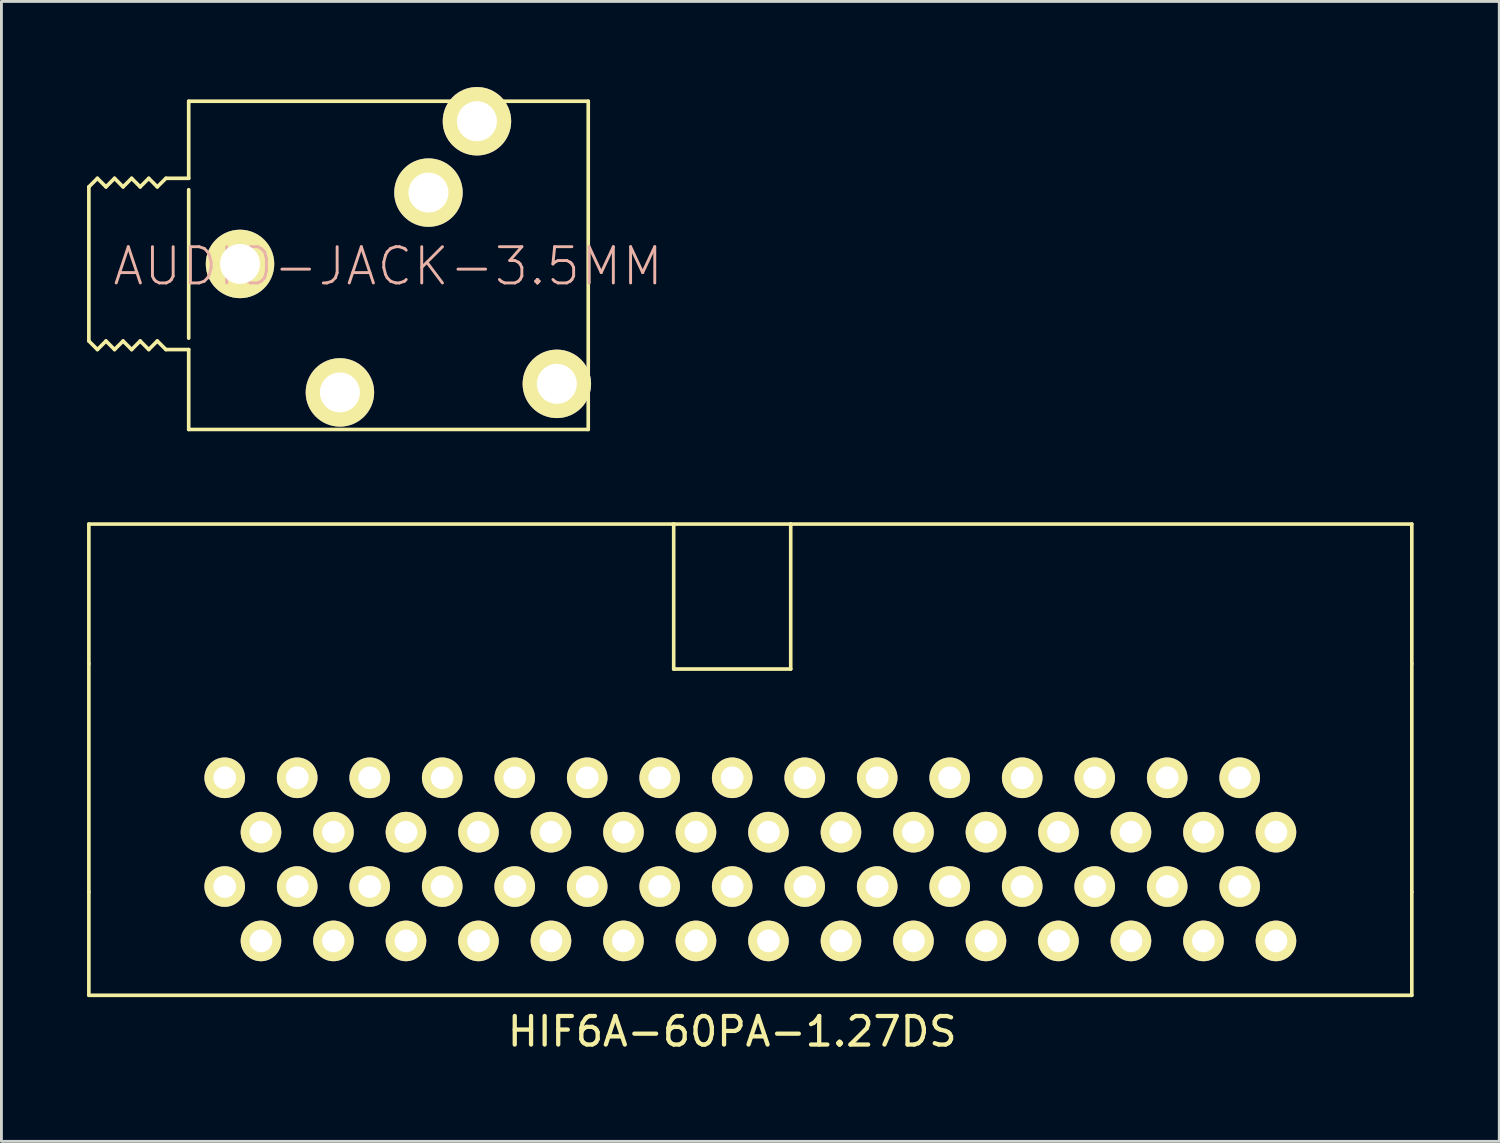
<source format=kicad_pcb>
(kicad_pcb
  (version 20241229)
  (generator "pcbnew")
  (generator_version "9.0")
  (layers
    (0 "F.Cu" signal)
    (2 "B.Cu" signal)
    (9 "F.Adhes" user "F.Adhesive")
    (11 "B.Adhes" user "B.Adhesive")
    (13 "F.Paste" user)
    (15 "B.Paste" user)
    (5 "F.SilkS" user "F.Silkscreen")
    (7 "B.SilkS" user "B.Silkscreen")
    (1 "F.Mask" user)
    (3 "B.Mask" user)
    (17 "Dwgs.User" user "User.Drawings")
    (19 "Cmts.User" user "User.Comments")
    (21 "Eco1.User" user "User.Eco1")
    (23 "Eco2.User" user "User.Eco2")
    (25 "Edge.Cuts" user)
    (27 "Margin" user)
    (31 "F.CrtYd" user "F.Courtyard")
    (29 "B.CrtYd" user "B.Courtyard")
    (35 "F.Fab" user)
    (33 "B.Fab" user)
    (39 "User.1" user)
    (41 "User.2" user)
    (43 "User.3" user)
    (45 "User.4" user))
  (footprint "AUDIO-JACK-3.5MM"
    (layer "F.Cu")
    (at 3.561 11.996)
    (property "Reference" "AUDIO-JACK-3.5MM" (at 6.985 -5.715 0) (layer "B.SilkS") (effects (font (size 1.27 1.27) (thickness 0.102))))
    (attr exclude_from_pos_files exclude_from_bom)
    (fp_line (start -3.498 -8.499) (end -3.498 -3.099) (stroke (width 0.127) (type solid)) (layer "F.SilkS"))
    (fp_line (start -3.498 -8.499) (end -3.198 -8.799) (stroke (width 0.127) (type solid)) (layer "F.SilkS"))
    (fp_line (start -3.498 -3.099) (end -3.198 -2.799) (stroke (width 0.127) (type solid)) (layer "F.SilkS"))
    (fp_line (start -3.198 -8.799) (end -2.898 -8.499) (stroke (width 0.127) (type solid)) (layer "F.SilkS"))
    (fp_line (start -3.198 -2.799) (end -2.898 -3.099) (stroke (width 0.127) (type solid)) (layer "F.SilkS"))
    (fp_line (start -2.898 -8.499) (end -2.598 -8.799) (stroke (width 0.127) (type solid)) (layer "F.SilkS"))
    (fp_line (start -2.898 -3.099) (end -2.598 -2.799) (stroke (width 0.127) (type solid)) (layer "F.SilkS"))
    (fp_line (start -2.598 -8.799) (end -2.299 -8.499) (stroke (width 0.127) (type solid)) (layer "F.SilkS"))
    (fp_line (start -2.598 -2.799) (end -2.299 -3.099) (stroke (width 0.127) (type solid)) (layer "F.SilkS"))
    (fp_line (start -2.299 -8.499) (end -1.999 -8.799) (stroke (width 0.127) (type solid)) (layer "F.SilkS"))
    (fp_line (start -2.299 -3.099) (end -1.999 -2.799) (stroke (width 0.127) (type solid)) (layer "F.SilkS"))
    (fp_line (start -1.999 -8.799) (end -1.699 -8.499) (stroke (width 0.127) (type solid)) (layer "F.SilkS"))
    (fp_line (start -1.999 -2.799) (end -1.699 -3.099) (stroke (width 0.127) (type solid)) (layer "F.SilkS"))
    (fp_line (start -1.699 -8.499) (end -1.4 -8.799) (stroke (width 0.127) (type solid)) (layer "F.SilkS"))
    (fp_line (start -1.699 -3.099) (end -1.4 -2.799) (stroke (width 0.127) (type solid)) (layer "F.SilkS"))
    (fp_line (start -1.4 -8.799) (end -1.1 -8.499) (stroke (width 0.127) (type solid)) (layer "F.SilkS"))
    (fp_line (start -1.4 -2.799) (end -1.1 -3.099) (stroke (width 0.127) (type solid)) (layer "F.SilkS"))
    (fp_line (start -1.1 -8.499) (end -0.798 -8.799) (stroke (width 0.127) (type solid)) (layer "F.SilkS"))
    (fp_line (start -1.1 -3.099) (end -0.798 -2.799) (stroke (width 0.127) (type solid)) (layer "F.SilkS"))
    (fp_line (start -0.798 -2.799) (end 0 -2.799) (stroke (width 0.127) (type solid)) (layer "F.SilkS"))
    (fp_line (start 0 -11.499) (end 0 -8.799) (stroke (width 0.127) (type solid)) (layer "F.SilkS"))
    (fp_line (start 0 -8.799) (end -0.798 -8.799) (stroke (width 0.127) (type solid)) (layer "F.SilkS"))
    (fp_line (start 0 -3.198) (end 0 -8.4) (stroke (width 0.127) (type solid)) (layer "F.SilkS"))
    (fp_line (start 0 -2.799) (end 0 0) (stroke (width 0.127) (type solid)) (layer "F.SilkS"))
    (fp_line (start 0 0) (end 13.998 0) (stroke (width 0.127) (type solid)) (layer "F.SilkS"))
    (fp_line (start 13.998 -11.499) (end 0 -11.499) (stroke (width 0.127) (type solid)) (layer "F.SilkS"))
    (fp_line (start 13.998 0) (end 13.998 -11.499) (stroke (width 0.127) (type solid)) (layer "F.SilkS"))
    (pad "1" thru_hole circle (at 1.798 -5.799) (size 2.398 2.398) (drill 1.4) (layers "*.Cu" "F.Mask" "F.SilkS" "F.Paste"))
    (pad "2" thru_hole circle (at 5.298 -1.298) (size 2.398 2.398) (drill 1.4) (layers "*.Cu" "F.Mask" "F.SilkS" "F.Paste"))
    (pad "3" thru_hole circle (at 10.099 -10.798) (size 2.398 2.398) (drill 1.4) (layers "*.Cu" "F.Mask" "F.SilkS" "F.Paste"))
    (pad "4" thru_hole circle (at 12.898 -1.598) (size 2.398 2.398) (drill 1.4) (layers "*.Cu" "F.Mask" "F.SilkS" "F.Paste"))
    (pad "5" thru_hole circle (at 8.4 -8.298) (size 2.398 2.398) (drill 1.4) (layers "*.Cu" "F.Mask" "F.SilkS" "F.Paste")))
  (footprint "HIF6A-60PA-1.27DS"
    (layer "F.Cu")
    (at 22.603 26.74)
    (property "Reference" "HIF6A-60PA-1.27DS" (at 0 6.35 0) (layer "F.SilkS") (effects (font (size 1 1) (thickness 0.15))))
    (attr exclude_from_pos_files exclude_from_bom)
    (fp_line (start -22.54 -11.43) (end -22.54 -6.538) (stroke (width 0.127) (type solid)) (layer "F.SilkS"))
    (fp_line (start -22.54 -6.538) (end -22.54 1.458) (stroke (width 0.127) (type solid)) (layer "F.SilkS"))
    (fp_line (start -22.54 1.458) (end -22.54 5.08) (stroke (width 0.127) (type solid)) (layer "F.SilkS"))
    (fp_line (start -22.54 5.08) (end 23.81 5.08) (stroke (width 0.127) (type solid)) (layer "F.SilkS"))
    (fp_line (start -2.05 -11.43) (end -22.54 -11.43) (stroke (width 0.127) (type solid)) (layer "F.SilkS"))
    (fp_line (start -2.05 -11.43) (end -2.05 -6.35) (stroke (width 0.127) (type solid)) (layer "F.SilkS"))
    (fp_line (start -2.05 -6.35) (end 2.05 -6.35) (stroke (width 0.127) (type solid)) (layer "F.SilkS"))
    (fp_line (start 2.05 -11.43) (end -2.05 -11.43) (stroke (width 0.127) (type solid)) (layer "F.SilkS"))
    (fp_line (start 2.05 -6.35) (end 2.05 -11.43) (stroke (width 0.127) (type solid)) (layer "F.SilkS"))
    (fp_line (start 23.81 -11.43) (end 2.05 -11.43) (stroke (width 0.127) (type solid)) (layer "F.SilkS"))
    (fp_line (start 23.81 -6.538) (end 23.81 -11.43) (stroke (width 0.127) (type solid)) (layer "F.SilkS"))
    (fp_line (start 23.81 1.458) (end 23.81 -6.538) (stroke (width 0.127) (type solid)) (layer "F.SilkS"))
    (fp_line (start 23.81 5.08) (end 23.81 1.458) (stroke (width 0.127) (type solid)) (layer "F.SilkS"))
    (pad "1" thru_hole circle (at 19.05 3.175) (size 1.422 1.422) (drill 0.798) (layers "*.Cu" "F.Mask" "F.SilkS" "F.Paste"))
    (pad "2" thru_hole circle (at 17.78 1.27) (size 1.422 1.422) (drill 0.798) (layers "*.Cu" "F.Mask" "F.SilkS" "F.Paste"))
    (pad "3" thru_hole circle (at 16.51 3.175) (size 1.422 1.422) (drill 0.798) (layers "*.Cu" "F.Mask" "F.SilkS" "F.Paste"))
    (pad "4" thru_hole circle (at 15.24 1.27) (size 1.422 1.422) (drill 0.798) (layers "*.Cu" "F.Mask" "F.SilkS" "F.Paste"))
    (pad "5" thru_hole circle (at 13.97 3.175) (size 1.422 1.422) (drill 0.798) (layers "*.Cu" "F.Mask" "F.SilkS" "F.Paste"))
    (pad "6" thru_hole circle (at 12.7 1.27) (size 1.422 1.422) (drill 0.798) (layers "*.Cu" "F.Mask" "F.SilkS" "F.Paste"))
    (pad "7" thru_hole circle (at 11.43 3.175) (size 1.422 1.422) (drill 0.798) (layers "*.Cu" "F.Mask" "F.SilkS" "F.Paste"))
    (pad "8" thru_hole circle (at 10.16 1.27) (size 1.422 1.422) (drill 0.798) (layers "*.Cu" "F.Mask" "F.SilkS" "F.Paste"))
    (pad "9" thru_hole circle (at 8.89 3.175) (size 1.422 1.422) (drill 0.798) (layers "*.Cu" "F.Mask" "F.SilkS" "F.Paste"))
    (pad "10" thru_hole circle (at 7.62 1.27) (size 1.422 1.422) (drill 0.798) (layers "*.Cu" "F.Mask" "F.SilkS" "F.Paste"))
    (pad "11" thru_hole circle (at 6.35 3.175) (size 1.422 1.422) (drill 0.798) (layers "*.Cu" "F.Mask" "F.SilkS" "F.Paste"))
    (pad "12" thru_hole circle (at 5.08 1.27) (size 1.422 1.422) (drill 0.798) (layers "*.Cu" "F.Mask" "F.SilkS" "F.Paste"))
    (pad "13" thru_hole circle (at 3.81 3.175) (size 1.422 1.422) (drill 0.798) (layers "*.Cu" "F.Mask" "F.SilkS" "F.Paste"))
    (pad "14" thru_hole circle (at 2.54 1.27) (size 1.422 1.422) (drill 0.798) (layers "*.Cu" "F.Mask" "F.SilkS" "F.Paste"))
    (pad "15" thru_hole circle (at 1.27 3.175) (size 1.422 1.422) (drill 0.798) (layers "*.Cu" "F.Mask" "F.SilkS" "F.Paste"))
    (pad "16" thru_hole circle (at 0 1.27) (size 1.422 1.422) (drill 0.798) (layers "*.Cu" "F.Mask" "F.SilkS" "F.Paste"))
    (pad "17" thru_hole circle (at -1.27 3.175) (size 1.422 1.422) (drill 0.798) (layers "*.Cu" "F.Mask" "F.SilkS" "F.Paste"))
    (pad "18" thru_hole circle (at -2.54 1.27) (size 1.422 1.422) (drill 0.798) (layers "*.Cu" "F.Mask" "F.SilkS" "F.Paste"))
    (pad "19" thru_hole circle (at -3.81 3.175) (size 1.422 1.422) (drill 0.798) (layers "*.Cu" "F.Mask" "F.SilkS" "F.Paste"))
    (pad "20" thru_hole circle (at -5.08 1.27) (size 1.422 1.422) (drill 0.798) (layers "*.Cu" "F.Mask" "F.SilkS" "F.Paste"))
    (pad "21" thru_hole circle (at -6.35 3.175) (size 1.422 1.422) (drill 0.798) (layers "*.Cu" "F.Mask" "F.SilkS" "F.Paste"))
    (pad "22" thru_hole circle (at -7.62 1.27) (size 1.422 1.422) (drill 0.798) (layers "*.Cu" "F.Mask" "F.SilkS" "F.Paste"))
    (pad "23" thru_hole circle (at -8.89 3.175) (size 1.422 1.422) (drill 0.798) (layers "*.Cu" "F.Mask" "F.SilkS" "F.Paste"))
    (pad "24" thru_hole circle (at -10.16 1.27) (size 1.422 1.422) (drill 0.798) (layers "*.Cu" "F.Mask" "F.SilkS" "F.Paste"))
    (pad "25" thru_hole circle (at -11.43 3.175) (size 1.422 1.422) (drill 0.798) (layers "*.Cu" "F.Mask" "F.SilkS" "F.Paste"))
    (pad "26" thru_hole circle (at -12.7 1.27) (size 1.422 1.422) (drill 0.798) (layers "*.Cu" "F.Mask" "F.SilkS" "F.Paste"))
    (pad "27" thru_hole circle (at -13.97 3.175) (size 1.422 1.422) (drill 0.798) (layers "*.Cu" "F.Mask" "F.SilkS" "F.Paste"))
    (pad "28" thru_hole circle (at -15.24 1.27) (size 1.422 1.422) (drill 0.798) (layers "*.Cu" "F.Mask" "F.SilkS" "F.Paste"))
    (pad "29" thru_hole circle (at -16.51 3.175) (size 1.422 1.422) (drill 0.798) (layers "*.Cu" "F.Mask" "F.SilkS" "F.Paste"))
    (pad "30" thru_hole circle (at -17.78 1.27) (size 1.422 1.422) (drill 0.798) (layers "*.Cu" "F.Mask" "F.SilkS" "F.Paste"))
    (pad "31" thru_hole circle (at 19.05 -0.635) (size 1.422 1.422) (drill 0.798) (layers "*.Cu" "F.Mask" "F.SilkS" "F.Paste"))
    (pad "32" thru_hole circle (at 17.78 -2.54) (size 1.422 1.422) (drill 0.798) (layers "*.Cu" "F.Mask" "F.SilkS" "F.Paste"))
    (pad "33" thru_hole circle (at 16.51 -0.635) (size 1.422 1.422) (drill 0.798) (layers "*.Cu" "F.Mask" "F.SilkS" "F.Paste"))
    (pad "34" thru_hole circle (at 15.24 -2.54) (size 1.422 1.422) (drill 0.798) (layers "*.Cu" "F.Mask" "F.SilkS" "F.Paste"))
    (pad "35" thru_hole circle (at 13.97 -0.635) (size 1.422 1.422) (drill 0.798) (layers "*.Cu" "F.Mask" "F.SilkS" "F.Paste"))
    (pad "36" thru_hole circle (at 12.7 -2.54) (size 1.422 1.422) (drill 0.798) (layers "*.Cu" "F.Mask" "F.SilkS" "F.Paste"))
    (pad "37" thru_hole circle (at 11.43 -0.635) (size 1.422 1.422) (drill 0.798) (layers "*.Cu" "F.Mask" "F.SilkS" "F.Paste"))
    (pad "38" thru_hole circle (at 10.16 -2.54) (size 1.422 1.422) (drill 0.798) (layers "*.Cu" "F.Mask" "F.SilkS" "F.Paste"))
    (pad "39" thru_hole circle (at 8.89 -0.635) (size 1.422 1.422) (drill 0.798) (layers "*.Cu" "F.Mask" "F.SilkS" "F.Paste"))
    (pad "40" thru_hole circle (at 7.62 -2.54) (size 1.422 1.422) (drill 0.798) (layers "*.Cu" "F.Mask" "F.SilkS" "F.Paste"))
    (pad "41" thru_hole circle (at 6.35 -0.635) (size 1.422 1.422) (drill 0.798) (layers "*.Cu" "F.Mask" "F.SilkS" "F.Paste"))
    (pad "42" thru_hole circle (at 5.08 -2.54) (size 1.422 1.422) (drill 0.798) (layers "*.Cu" "F.Mask" "F.SilkS" "F.Paste"))
    (pad "43" thru_hole circle (at 3.81 -0.635) (size 1.422 1.422) (drill 0.798) (layers "*.Cu" "F.Mask" "F.SilkS" "F.Paste"))
    (pad "44" thru_hole circle (at 2.54 -2.54) (size 1.422 1.422) (drill 0.798) (layers "*.Cu" "F.Mask" "F.SilkS" "F.Paste"))
    (pad "45" thru_hole circle (at 1.27 -0.635) (size 1.422 1.422) (drill 0.798) (layers "*.Cu" "F.Mask" "F.SilkS" "F.Paste"))
    (pad "46" thru_hole circle (at 0 -2.54) (size 1.422 1.422) (drill 0.798) (layers "*.Cu" "F.Mask" "F.SilkS" "F.Paste"))
    (pad "47" thru_hole circle (at -1.27 -0.635) (size 1.422 1.422) (drill 0.798) (layers "*.Cu" "F.Mask" "F.SilkS" "F.Paste"))
    (pad "48" thru_hole circle (at -2.54 -2.54) (size 1.422 1.422) (drill 0.798) (layers "*.Cu" "F.Mask" "F.SilkS" "F.Paste"))
    (pad "49" thru_hole circle (at -3.81 -0.635) (size 1.422 1.422) (drill 0.798) (layers "*.Cu" "F.Mask" "F.SilkS" "F.Paste"))
    (pad "50" thru_hole circle (at -5.08 -2.54) (size 1.422 1.422) (drill 0.798) (layers "*.Cu" "F.Mask" "F.SilkS" "F.Paste"))
    (pad "51" thru_hole circle (at -6.35 -0.635) (size 1.422 1.422) (drill 0.798) (layers "*.Cu" "F.Mask" "F.SilkS" "F.Paste"))
    (pad "52" thru_hole circle (at -7.62 -2.54) (size 1.422 1.422) (drill 0.798) (layers "*.Cu" "F.Mask" "F.SilkS" "F.Paste"))
    (pad "53" thru_hole circle (at -8.89 -0.635) (size 1.422 1.422) (drill 0.798) (layers "*.Cu" "F.Mask" "F.SilkS" "F.Paste"))
    (pad "54" thru_hole circle (at -10.16 -2.54) (size 1.422 1.422) (drill 0.798) (layers "*.Cu" "F.Mask" "F.SilkS" "F.Paste"))
    (pad "55" thru_hole circle (at -11.43 -0.635) (size 1.422 1.422) (drill 0.798) (layers "*.Cu" "F.Mask" "F.SilkS" "F.Paste"))
    (pad "56" thru_hole circle (at -12.7 -2.54) (size 1.422 1.422) (drill 0.798) (layers "*.Cu" "F.Mask" "F.SilkS" "F.Paste"))
    (pad "57" thru_hole circle (at -13.97 -0.635) (size 1.422 1.422) (drill 0.798) (layers "*.Cu" "F.Mask" "F.SilkS" "F.Paste"))
    (pad "58" thru_hole circle (at -15.24 -2.54) (size 1.422 1.422) (drill 0.798) (layers "*.Cu" "F.Mask" "F.SilkS" "F.Paste"))
    (pad "59" thru_hole circle (at -16.51 -0.635) (size 1.422 1.422) (drill 0.798) (layers "*.Cu" "F.Mask" "F.SilkS" "F.Paste"))
    (pad "60" thru_hole circle (at -17.78 -2.54) (size 1.422 1.422) (drill 0.798) (layers "*.Cu" "F.Mask" "F.SilkS" "F.Paste")))
  (gr_rect
    (start -3 -3)
    (end 49.477 36.938)
    (stroke (width 0.1) (type default))
    (fill no)
    (layer "Edge.Cuts")))
</source>
